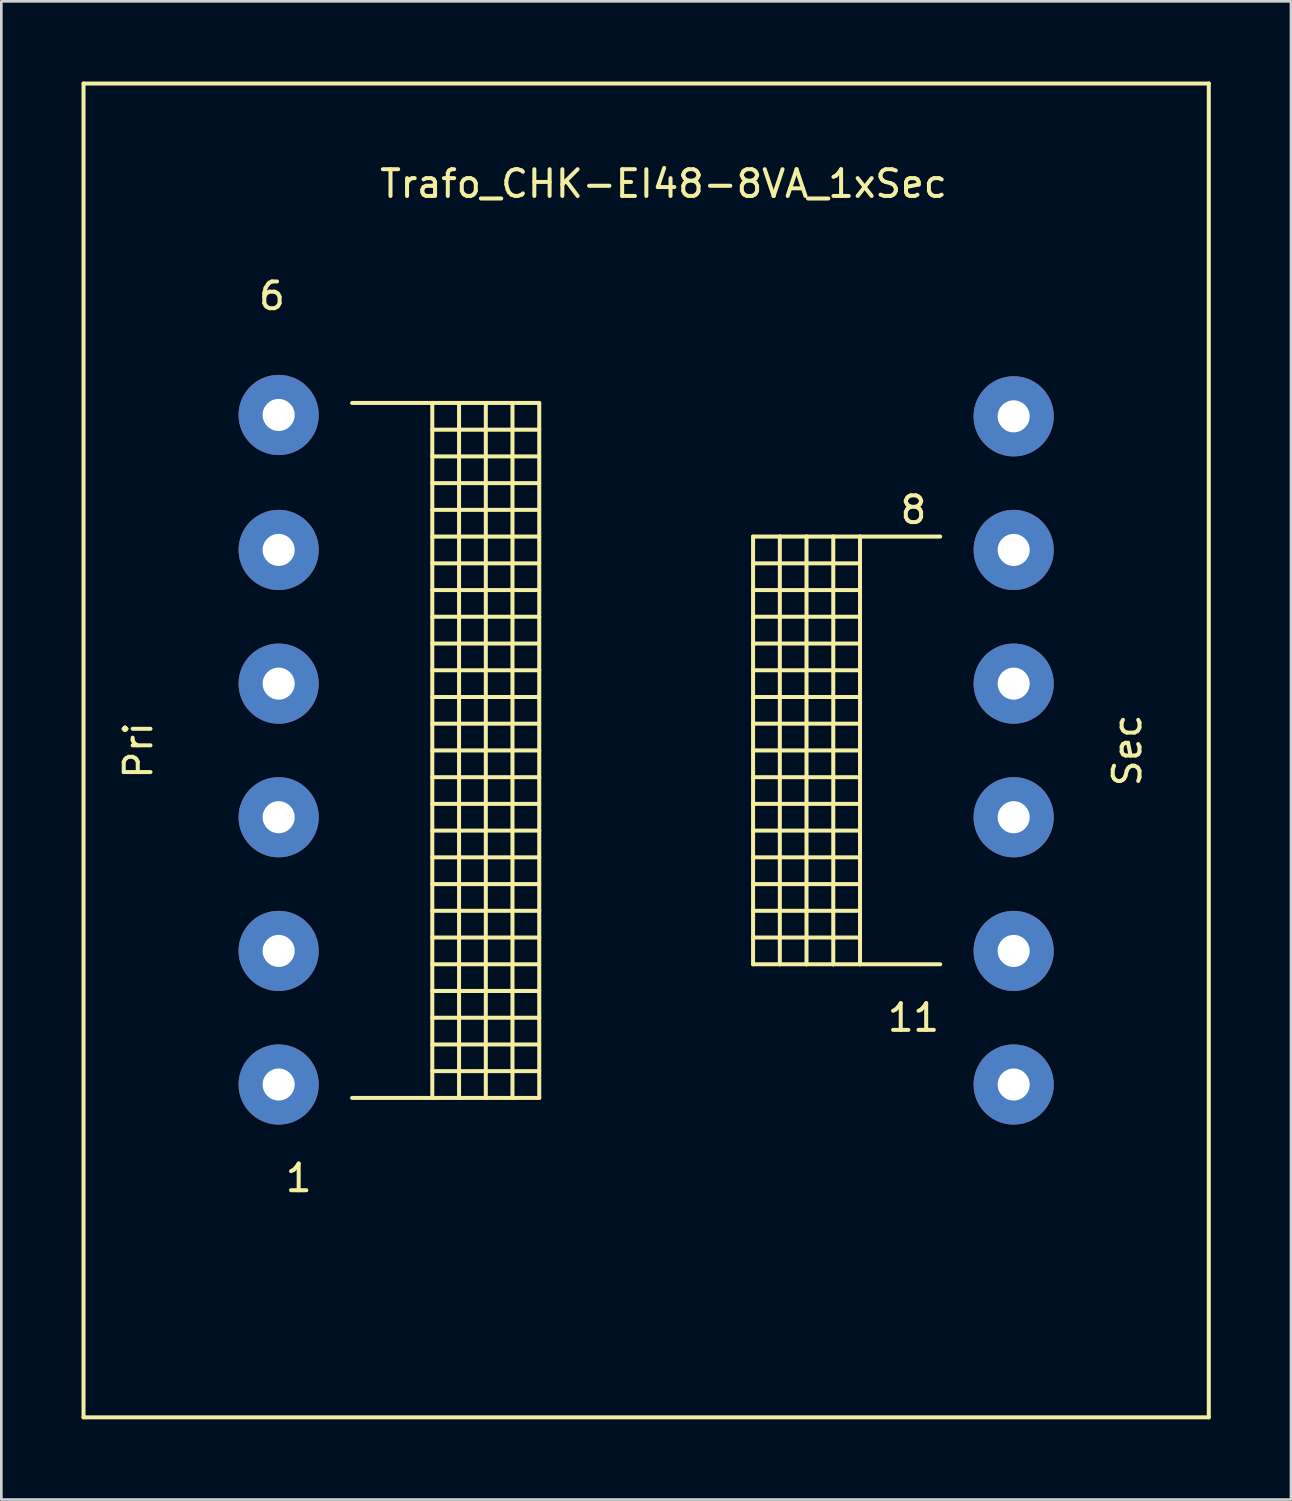
<source format=kicad_pcb>
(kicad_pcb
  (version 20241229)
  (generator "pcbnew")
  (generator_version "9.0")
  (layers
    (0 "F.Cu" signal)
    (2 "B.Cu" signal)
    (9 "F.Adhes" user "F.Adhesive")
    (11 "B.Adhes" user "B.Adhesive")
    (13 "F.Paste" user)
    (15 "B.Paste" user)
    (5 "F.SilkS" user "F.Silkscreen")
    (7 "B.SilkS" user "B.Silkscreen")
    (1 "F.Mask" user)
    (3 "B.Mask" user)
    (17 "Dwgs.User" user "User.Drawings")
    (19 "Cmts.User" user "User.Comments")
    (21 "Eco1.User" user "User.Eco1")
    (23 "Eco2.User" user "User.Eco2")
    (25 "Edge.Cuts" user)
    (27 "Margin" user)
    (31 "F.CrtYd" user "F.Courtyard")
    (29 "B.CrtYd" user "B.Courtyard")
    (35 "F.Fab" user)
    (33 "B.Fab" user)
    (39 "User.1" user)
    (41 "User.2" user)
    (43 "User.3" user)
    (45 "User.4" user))
  (footprint "Trafo_CHK-EI48-8VA_1xSec"
    (layer "F.Cu")
    (at 21.124 25.025)
    (property "Reference" "Trafo_CHK-EI48-8VA_1xSec" (at 0.65 -21.199 0) (layer "F.SilkS") (effects (font (size 1 1) (thickness 0.15))))
    (attr through_hole)
    (fp_line (start -21.049 -24.95) (end 21.049 -24.95) (stroke (width 0.15) (type solid)) (layer "F.SilkS"))
    (fp_line (start -21.049 24.95) (end -21.049 -24.95) (stroke (width 0.15) (type solid)) (layer "F.SilkS"))
    (fp_line (start -11.001 -13) (end -8.001 -13) (stroke (width 0.15) (type solid)) (layer "F.SilkS"))
    (fp_line (start -8.001 -13) (end -8.001 13) (stroke (width 0.15) (type solid)) (layer "F.SilkS"))
    (fp_line (start -8.001 -13) (end -7 -13) (stroke (width 0.15) (type solid)) (layer "F.SilkS"))
    (fp_line (start -8.001 -11.999) (end -4 -11.999) (stroke (width 0.15) (type solid)) (layer "F.SilkS"))
    (fp_line (start -8.001 -11.001) (end -4 -11.001) (stroke (width 0.15) (type solid)) (layer "F.SilkS"))
    (fp_line (start -8.001 -10) (end -4 -10) (stroke (width 0.15) (type solid)) (layer "F.SilkS"))
    (fp_line (start -8.001 -8.999) (end -4 -8.999) (stroke (width 0.15) (type solid)) (layer "F.SilkS"))
    (fp_line (start -8.001 -8.001) (end -4 -8.001) (stroke (width 0.15) (type solid)) (layer "F.SilkS"))
    (fp_line (start -8.001 -7) (end -4 -7) (stroke (width 0.15) (type solid)) (layer "F.SilkS"))
    (fp_line (start -8.001 -5.999) (end -4 -5.999) (stroke (width 0.15) (type solid)) (layer "F.SilkS"))
    (fp_line (start -8.001 -5.001) (end -4 -5.001) (stroke (width 0.15) (type solid)) (layer "F.SilkS"))
    (fp_line (start -8.001 -4) (end -4 -4) (stroke (width 0.15) (type solid)) (layer "F.SilkS"))
    (fp_line (start -8.001 -3) (end -4 -3) (stroke (width 0.15) (type solid)) (layer "F.SilkS"))
    (fp_line (start -8.001 -1.999) (end -4 -1.999) (stroke (width 0.15) (type solid)) (layer "F.SilkS"))
    (fp_line (start -8.001 -1.001) (end -4 -1.001) (stroke (width 0.15) (type solid)) (layer "F.SilkS"))
    (fp_line (start -8.001 0) (end -4 0) (stroke (width 0.15) (type solid)) (layer "F.SilkS"))
    (fp_line (start -8.001 1.001) (end -4 1.001) (stroke (width 0.15) (type solid)) (layer "F.SilkS"))
    (fp_line (start -8.001 1.999) (end -4 1.999) (stroke (width 0.15) (type solid)) (layer "F.SilkS"))
    (fp_line (start -8.001 3) (end -4 3) (stroke (width 0.15) (type solid)) (layer "F.SilkS"))
    (fp_line (start -8.001 4) (end -4 4) (stroke (width 0.15) (type solid)) (layer "F.SilkS"))
    (fp_line (start -8.001 5.001) (end -4 5.001) (stroke (width 0.15) (type solid)) (layer "F.SilkS"))
    (fp_line (start -8.001 5.999) (end -4 5.999) (stroke (width 0.15) (type solid)) (layer "F.SilkS"))
    (fp_line (start -8.001 7) (end -4 7) (stroke (width 0.15) (type solid)) (layer "F.SilkS"))
    (fp_line (start -8.001 8.001) (end -4 8.001) (stroke (width 0.15) (type solid)) (layer "F.SilkS"))
    (fp_line (start -8.001 8.999) (end -4 8.999) (stroke (width 0.15) (type solid)) (layer "F.SilkS"))
    (fp_line (start -8.001 10) (end -4 10) (stroke (width 0.15) (type solid)) (layer "F.SilkS"))
    (fp_line (start -8.001 11.001) (end -4 11.001) (stroke (width 0.15) (type solid)) (layer "F.SilkS"))
    (fp_line (start -8.001 11.999) (end -4 11.999) (stroke (width 0.15) (type solid)) (layer "F.SilkS"))
    (fp_line (start -8.001 13) (end -11.001 13) (stroke (width 0.15) (type solid)) (layer "F.SilkS"))
    (fp_line (start -7 -13) (end -7 13) (stroke (width 0.15) (type solid)) (layer "F.SilkS"))
    (fp_line (start -7 -13) (end -5.999 -13) (stroke (width 0.15) (type solid)) (layer "F.SilkS"))
    (fp_line (start -7 13) (end -8.001 13) (stroke (width 0.15) (type solid)) (layer "F.SilkS"))
    (fp_line (start -5.999 -13) (end -5.999 13) (stroke (width 0.15) (type solid)) (layer "F.SilkS"))
    (fp_line (start -5.999 -13) (end -5.001 -13) (stroke (width 0.15) (type solid)) (layer "F.SilkS"))
    (fp_line (start -5.999 13) (end -7 13) (stroke (width 0.15) (type solid)) (layer "F.SilkS"))
    (fp_line (start -5.001 -13) (end -5.001 13) (stroke (width 0.15) (type solid)) (layer "F.SilkS"))
    (fp_line (start -5.001 -13) (end -4 -13) (stroke (width 0.15) (type solid)) (layer "F.SilkS"))
    (fp_line (start -5.001 13) (end -5.999 13) (stroke (width 0.15) (type solid)) (layer "F.SilkS"))
    (fp_line (start -4 -13) (end -4 13) (stroke (width 0.15) (type solid)) (layer "F.SilkS"))
    (fp_line (start -4 13) (end -5.001 13) (stroke (width 0.15) (type solid)) (layer "F.SilkS"))
    (fp_line (start 4 -8.001) (end 4 8.001) (stroke (width 0.15) (type solid)) (layer "F.SilkS"))
    (fp_line (start 4 -7) (end 8.001 -7) (stroke (width 0.15) (type solid)) (layer "F.SilkS"))
    (fp_line (start 4 -5.999) (end 8.001 -5.999) (stroke (width 0.15) (type solid)) (layer "F.SilkS"))
    (fp_line (start 4 -5.001) (end 8.001 -5.001) (stroke (width 0.15) (type solid)) (layer "F.SilkS"))
    (fp_line (start 4 -4) (end 8.001 -4) (stroke (width 0.15) (type solid)) (layer "F.SilkS"))
    (fp_line (start 4 -3) (end 8.001 -3) (stroke (width 0.15) (type solid)) (layer "F.SilkS"))
    (fp_line (start 4 -1.999) (end 8.001 -1.999) (stroke (width 0.15) (type solid)) (layer "F.SilkS"))
    (fp_line (start 4 -1.001) (end 8.001 -1.001) (stroke (width 0.15) (type solid)) (layer "F.SilkS"))
    (fp_line (start 4 0) (end 8.001 0) (stroke (width 0.15) (type solid)) (layer "F.SilkS"))
    (fp_line (start 4 1.001) (end 8.001 1.001) (stroke (width 0.15) (type solid)) (layer "F.SilkS"))
    (fp_line (start 4 1.999) (end 8.001 1.999) (stroke (width 0.15) (type solid)) (layer "F.SilkS"))
    (fp_line (start 4 3) (end 8.001 3) (stroke (width 0.15) (type solid)) (layer "F.SilkS"))
    (fp_line (start 4 4) (end 8.001 4) (stroke (width 0.15) (type solid)) (layer "F.SilkS"))
    (fp_line (start 4 5.001) (end 8.001 5.001) (stroke (width 0.15) (type solid)) (layer "F.SilkS"))
    (fp_line (start 4 5.999) (end 8.001 5.999) (stroke (width 0.15) (type solid)) (layer "F.SilkS"))
    (fp_line (start 4 7) (end 8.001 7) (stroke (width 0.15) (type solid)) (layer "F.SilkS"))
    (fp_line (start 4 8.001) (end 5.001 8.001) (stroke (width 0.15) (type solid)) (layer "F.SilkS"))
    (fp_line (start 5.001 -8.001) (end 4 -8.001) (stroke (width 0.15) (type solid)) (layer "F.SilkS"))
    (fp_line (start 5.001 -8.001) (end 5.001 8.001) (stroke (width 0.15) (type solid)) (layer "F.SilkS"))
    (fp_line (start 5.001 8.001) (end 5.999 8.001) (stroke (width 0.15) (type solid)) (layer "F.SilkS"))
    (fp_line (start 5.999 -8.001) (end 5.001 -8.001) (stroke (width 0.15) (type solid)) (layer "F.SilkS"))
    (fp_line (start 5.999 -8.001) (end 5.999 8.001) (stroke (width 0.15) (type solid)) (layer "F.SilkS"))
    (fp_line (start 5.999 8.001) (end 7 8.001) (stroke (width 0.15) (type solid)) (layer "F.SilkS"))
    (fp_line (start 7 -8.001) (end 5.999 -8.001) (stroke (width 0.15) (type solid)) (layer "F.SilkS"))
    (fp_line (start 7 -8.001) (end 7 8.001) (stroke (width 0.15) (type solid)) (layer "F.SilkS"))
    (fp_line (start 7 8.001) (end 8.001 8.001) (stroke (width 0.15) (type solid)) (layer "F.SilkS"))
    (fp_line (start 8.001 -8.001) (end 7 -8.001) (stroke (width 0.15) (type solid)) (layer "F.SilkS"))
    (fp_line (start 8.001 -8.001) (end 8.001 8.001) (stroke (width 0.15) (type solid)) (layer "F.SilkS"))
    (fp_line (start 8.001 8.001) (end 11.001 8.001) (stroke (width 0.15) (type solid)) (layer "F.SilkS"))
    (fp_line (start 11.001 -8.001) (end 8.001 -8.001) (stroke (width 0.15) (type solid)) (layer "F.SilkS"))
    (fp_line (start 21.049 -24.95) (end 21.049 24.95) (stroke (width 0.15) (type solid)) (layer "F.SilkS"))
    (fp_line (start 21.049 24.95) (end -21.049 24.95) (stroke (width 0.15) (type solid)) (layer "F.SilkS"))
    (fp_text user "6" (at -14 -17 0) (layer "F.SilkS") (effects (font (size 1 1) (thickness 0.15))))
    (fp_text user "8" (at 10 -8.999 0) (layer "F.SilkS") (effects (font (size 1 1) (thickness 0.15))))
    (fp_text user "Sec" (at 18.001 0 90) (layer "F.SilkS") (effects (font (size 1 1) (thickness 0.15))))
    (fp_text user "Pri" (at -18.999 0 90) (layer "F.SilkS") (effects (font (size 1 1) (thickness 0.15))))
    (fp_text user "1" (at -13 15.999 0) (layer "F.SilkS") (effects (font (size 1 1) (thickness 0.15))))
    (fp_text user "11" (at 10 10 0) (layer "F.SilkS") (effects (font (size 1 1) (thickness 0.15))))
    (pad "1" thru_hole circle (at -13.749 12.499) (size 3 3) (drill 1.199) (layers "*.Cu" "*.Mask"))
    (pad "2" thru_hole circle (at -13.749 7.501) (size 3 3) (drill 1.199) (layers "*.Cu" "*.Mask"))
    (pad "3" thru_hole circle (at -13.749 2.499) (size 3 3) (drill 1.199) (layers "*.Cu" "*.Mask"))
    (pad "4" thru_hole circle (at -13.749 -2.499) (size 3 3) (drill 1.199) (layers "*.Cu" "*.Mask"))
    (pad "5" thru_hole circle (at -13.749 -7.501) (size 3 3) (drill 1.199) (layers "*.Cu" "*.Mask"))
    (pad "6" thru_hole circle (at -13.749 -12.55) (size 3 3) (drill 1.199) (layers "*.Cu" "*.Mask"))
    (pad "7" thru_hole circle (at 13.749 -12.499) (size 3 3) (drill 1.199) (layers "*.Cu" "*.Mask"))
    (pad "8" thru_hole circle (at 13.749 -7.501) (size 3 3) (drill 1.199) (layers "*.Cu" "*.Mask"))
    (pad "9" thru_hole circle (at 13.749 -2.499) (size 3 3) (drill 1.199) (layers "*.Cu" "*.Mask"))
    (pad "10" thru_hole circle (at 13.749 2.499) (size 3 3) (drill 1.199) (layers "*.Cu" "*.Mask"))
    (pad "11" thru_hole circle (at 13.749 7.501) (size 3 3) (drill 1.199) (layers "*.Cu" "*.Mask"))
    (pad "12" thru_hole circle (at 13.749 12.499) (size 3 3) (drill 1.199) (layers "*.Cu" "*.Mask")))
  (gr_rect
    (start -3 -3)
    (end 45.248 53.051)
    (stroke (width 0.1) (type default))
    (fill no)
    (layer "Edge.Cuts")))
</source>
